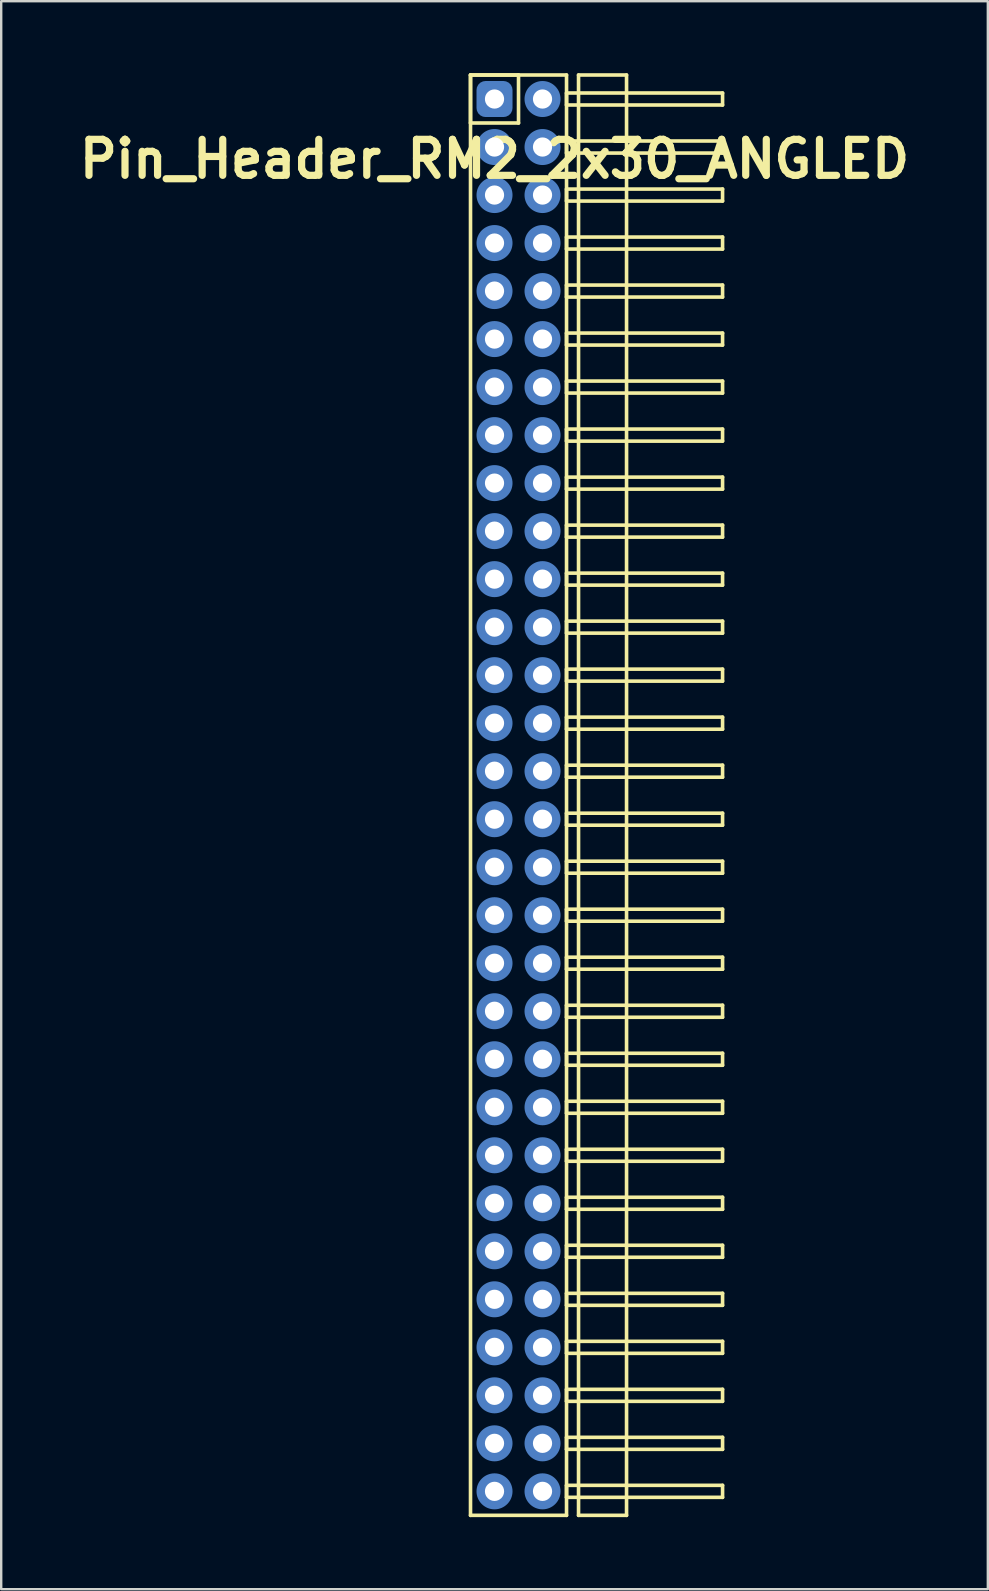
<source format=kicad_pcb>
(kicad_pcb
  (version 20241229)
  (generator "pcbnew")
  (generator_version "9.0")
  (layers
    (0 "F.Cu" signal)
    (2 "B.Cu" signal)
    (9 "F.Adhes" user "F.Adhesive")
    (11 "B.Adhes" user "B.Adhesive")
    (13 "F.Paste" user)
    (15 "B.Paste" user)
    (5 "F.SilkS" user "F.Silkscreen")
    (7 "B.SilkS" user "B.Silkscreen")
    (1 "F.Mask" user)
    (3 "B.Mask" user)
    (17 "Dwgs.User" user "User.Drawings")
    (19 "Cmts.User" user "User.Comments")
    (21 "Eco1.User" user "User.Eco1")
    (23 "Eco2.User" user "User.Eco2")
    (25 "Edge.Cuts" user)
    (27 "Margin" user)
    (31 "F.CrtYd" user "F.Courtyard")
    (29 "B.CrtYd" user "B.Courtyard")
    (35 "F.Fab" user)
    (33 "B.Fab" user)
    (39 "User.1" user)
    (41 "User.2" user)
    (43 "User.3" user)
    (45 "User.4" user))
  (footprint "Pin_Header_RM2_2x30_ANGLED"
    (layer "F.Cu")
    (at 17.55 1.075)
    (property "Reference" "Pin_Header_RM2_2x30_ANGLED" (at 0 2.5 0) (layer "F.SilkS") (effects (font (size 1.5 1.5) (thickness 0.3))))
    (attr through_hole)
    (fp_line (start -1 -1) (end 1 -1) (stroke (width 0.15) (type solid)) (layer "F.SilkS"))
    (fp_line (start -1 -1) (end 3 -1) (stroke (width 0.15) (type solid)) (layer "F.SilkS"))
    (fp_line (start -1 1) (end -1 -1) (stroke (width 0.15) (type solid)) (layer "F.SilkS"))
    (fp_line (start -1 59) (end -1 -1) (stroke (width 0.15) (type solid)) (layer "F.SilkS"))
    (fp_line (start 1 -1) (end 1 1) (stroke (width 0.15) (type solid)) (layer "F.SilkS"))
    (fp_line (start 1 1) (end -1 1) (stroke (width 0.15) (type solid)) (layer "F.SilkS"))
    (fp_line (start 3 -1) (end 3 59) (stroke (width 0.15) (type solid)) (layer "F.SilkS"))
    (fp_line (start 3 -0.25) (end 9.5 -0.25) (stroke (width 0.15) (type solid)) (layer "F.SilkS"))
    (fp_line (start 3 0.25) (end 3 -0.25) (stroke (width 0.15) (type solid)) (layer "F.SilkS"))
    (fp_line (start 3 1.75) (end 9.5 1.75) (stroke (width 0.15) (type solid)) (layer "F.SilkS"))
    (fp_line (start 3 2.25) (end 3 1.75) (stroke (width 0.15) (type solid)) (layer "F.SilkS"))
    (fp_line (start 3 3.75) (end 9.5 3.75) (stroke (width 0.15) (type solid)) (layer "F.SilkS"))
    (fp_line (start 3 4.25) (end 3 3.75) (stroke (width 0.15) (type solid)) (layer "F.SilkS"))
    (fp_line (start 3 5.75) (end 9.5 5.75) (stroke (width 0.15) (type solid)) (layer "F.SilkS"))
    (fp_line (start 3 6.25) (end 3 5.75) (stroke (width 0.15) (type solid)) (layer "F.SilkS"))
    (fp_line (start 3 7.75) (end 9.5 7.75) (stroke (width 0.15) (type solid)) (layer "F.SilkS"))
    (fp_line (start 3 8.25) (end 3 7.75) (stroke (width 0.15) (type solid)) (layer "F.SilkS"))
    (fp_line (start 3 9.75) (end 9.5 9.75) (stroke (width 0.15) (type solid)) (layer "F.SilkS"))
    (fp_line (start 3 10.25) (end 3 9.75) (stroke (width 0.15) (type solid)) (layer "F.SilkS"))
    (fp_line (start 3 11.75) (end 9.5 11.75) (stroke (width 0.15) (type solid)) (layer "F.SilkS"))
    (fp_line (start 3 12.25) (end 3 11.75) (stroke (width 0.15) (type solid)) (layer "F.SilkS"))
    (fp_line (start 3 13.75) (end 9.5 13.75) (stroke (width 0.15) (type solid)) (layer "F.SilkS"))
    (fp_line (start 3 14.25) (end 3 13.75) (stroke (width 0.15) (type solid)) (layer "F.SilkS"))
    (fp_line (start 3 15.75) (end 9.5 15.75) (stroke (width 0.15) (type solid)) (layer "F.SilkS"))
    (fp_line (start 3 16.25) (end 3 15.75) (stroke (width 0.15) (type solid)) (layer "F.SilkS"))
    (fp_line (start 3 17.75) (end 9.5 17.75) (stroke (width 0.15) (type solid)) (layer "F.SilkS"))
    (fp_line (start 3 18.25) (end 3 17.75) (stroke (width 0.15) (type solid)) (layer "F.SilkS"))
    (fp_line (start 3 19.75) (end 9.5 19.75) (stroke (width 0.15) (type solid)) (layer "F.SilkS"))
    (fp_line (start 3 20.25) (end 3 19.75) (stroke (width 0.15) (type solid)) (layer "F.SilkS"))
    (fp_line (start 3 21.75) (end 9.5 21.75) (stroke (width 0.15) (type solid)) (layer "F.SilkS"))
    (fp_line (start 3 22.25) (end 3 21.75) (stroke (width 0.15) (type solid)) (layer "F.SilkS"))
    (fp_line (start 3 23.75) (end 9.5 23.75) (stroke (width 0.15) (type solid)) (layer "F.SilkS"))
    (fp_line (start 3 24.25) (end 3 23.75) (stroke (width 0.15) (type solid)) (layer "F.SilkS"))
    (fp_line (start 3 25.75) (end 9.5 25.75) (stroke (width 0.15) (type solid)) (layer "F.SilkS"))
    (fp_line (start 3 26.25) (end 3 25.75) (stroke (width 0.15) (type solid)) (layer "F.SilkS"))
    (fp_line (start 3 27.75) (end 9.5 27.75) (stroke (width 0.15) (type solid)) (layer "F.SilkS"))
    (fp_line (start 3 28.25) (end 3 27.75) (stroke (width 0.15) (type solid)) (layer "F.SilkS"))
    (fp_line (start 3 29.75) (end 9.5 29.75) (stroke (width 0.15) (type solid)) (layer "F.SilkS"))
    (fp_line (start 3 30.25) (end 3 29.75) (stroke (width 0.15) (type solid)) (layer "F.SilkS"))
    (fp_line (start 3 31.75) (end 9.5 31.75) (stroke (width 0.15) (type solid)) (layer "F.SilkS"))
    (fp_line (start 3 32.25) (end 3 31.75) (stroke (width 0.15) (type solid)) (layer "F.SilkS"))
    (fp_line (start 3 33.75) (end 9.5 33.75) (stroke (width 0.15) (type solid)) (layer "F.SilkS"))
    (fp_line (start 3 34.25) (end 3 33.75) (stroke (width 0.15) (type solid)) (layer "F.SilkS"))
    (fp_line (start 3 35.75) (end 9.5 35.75) (stroke (width 0.15) (type solid)) (layer "F.SilkS"))
    (fp_line (start 3 36.25) (end 3 35.75) (stroke (width 0.15) (type solid)) (layer "F.SilkS"))
    (fp_line (start 3 37.75) (end 9.5 37.75) (stroke (width 0.15) (type solid)) (layer "F.SilkS"))
    (fp_line (start 3 38.25) (end 3 37.75) (stroke (width 0.15) (type solid)) (layer "F.SilkS"))
    (fp_line (start 3 39.75) (end 9.5 39.75) (stroke (width 0.15) (type solid)) (layer "F.SilkS"))
    (fp_line (start 3 40.25) (end 3 39.75) (stroke (width 0.15) (type solid)) (layer "F.SilkS"))
    (fp_line (start 3 41.75) (end 9.5 41.75) (stroke (width 0.15) (type solid)) (layer "F.SilkS"))
    (fp_line (start 3 42.25) (end 3 41.75) (stroke (width 0.15) (type solid)) (layer "F.SilkS"))
    (fp_line (start 3 43.75) (end 9.5 43.75) (stroke (width 0.15) (type solid)) (layer "F.SilkS"))
    (fp_line (start 3 44.25) (end 3 43.75) (stroke (width 0.15) (type solid)) (layer "F.SilkS"))
    (fp_line (start 3 45.75) (end 9.5 45.75) (stroke (width 0.15) (type solid)) (layer "F.SilkS"))
    (fp_line (start 3 46.25) (end 3 45.75) (stroke (width 0.15) (type solid)) (layer "F.SilkS"))
    (fp_line (start 3 47.75) (end 9.5 47.75) (stroke (width 0.15) (type solid)) (layer "F.SilkS"))
    (fp_line (start 3 48.25) (end 3 47.75) (stroke (width 0.15) (type solid)) (layer "F.SilkS"))
    (fp_line (start 3 49.75) (end 9.5 49.75) (stroke (width 0.15) (type solid)) (layer "F.SilkS"))
    (fp_line (start 3 50.25) (end 3 49.75) (stroke (width 0.15) (type solid)) (layer "F.SilkS"))
    (fp_line (start 3 51.75) (end 9.5 51.75) (stroke (width 0.15) (type solid)) (layer "F.SilkS"))
    (fp_line (start 3 52.25) (end 3 51.75) (stroke (width 0.15) (type solid)) (layer "F.SilkS"))
    (fp_line (start 3 53.75) (end 9.5 53.75) (stroke (width 0.15) (type solid)) (layer "F.SilkS"))
    (fp_line (start 3 54.25) (end 3 53.75) (stroke (width 0.15) (type solid)) (layer "F.SilkS"))
    (fp_line (start 3 55.75) (end 9.5 55.75) (stroke (width 0.15) (type solid)) (layer "F.SilkS"))
    (fp_line (start 3 56.25) (end 3 55.75) (stroke (width 0.15) (type solid)) (layer "F.SilkS"))
    (fp_line (start 3 57.75) (end 9.5 57.75) (stroke (width 0.15) (type solid)) (layer "F.SilkS"))
    (fp_line (start 3 58.25) (end 3 57.75) (stroke (width 0.15) (type solid)) (layer "F.SilkS"))
    (fp_line (start 3 59) (end -1 59) (stroke (width 0.15) (type solid)) (layer "F.SilkS"))
    (fp_line (start 3.5 -1) (end 5.5 -1) (stroke (width 0.15) (type solid)) (layer "F.SilkS"))
    (fp_line (start 3.5 59) (end 3.5 -1) (stroke (width 0.15) (type solid)) (layer "F.SilkS"))
    (fp_line (start 5.5 -1) (end 5.5 59) (stroke (width 0.15) (type solid)) (layer "F.SilkS"))
    (fp_line (start 5.5 59) (end 3.5 59) (stroke (width 0.15) (type solid)) (layer "F.SilkS"))
    (fp_line (start 9.5 -0.25) (end 9.5 0.25) (stroke (width 0.15) (type solid)) (layer "F.SilkS"))
    (fp_line (start 9.5 0.25) (end 3 0.25) (stroke (width 0.15) (type solid)) (layer "F.SilkS"))
    (fp_line (start 9.5 1.75) (end 9.5 2.25) (stroke (width 0.15) (type solid)) (layer "F.SilkS"))
    (fp_line (start 9.5 2.25) (end 3 2.25) (stroke (width 0.15) (type solid)) (layer "F.SilkS"))
    (fp_line (start 9.5 3.75) (end 9.5 4.25) (stroke (width 0.15) (type solid)) (layer "F.SilkS"))
    (fp_line (start 9.5 4.25) (end 3 4.25) (stroke (width 0.15) (type solid)) (layer "F.SilkS"))
    (fp_line (start 9.5 5.75) (end 9.5 6.25) (stroke (width 0.15) (type solid)) (layer "F.SilkS"))
    (fp_line (start 9.5 6.25) (end 3 6.25) (stroke (width 0.15) (type solid)) (layer "F.SilkS"))
    (fp_line (start 9.5 7.75) (end 9.5 8.25) (stroke (width 0.15) (type solid)) (layer "F.SilkS"))
    (fp_line (start 9.5 8.25) (end 3 8.25) (stroke (width 0.15) (type solid)) (layer "F.SilkS"))
    (fp_line (start 9.5 9.75) (end 9.5 10.25) (stroke (width 0.15) (type solid)) (layer "F.SilkS"))
    (fp_line (start 9.5 10.25) (end 3 10.25) (stroke (width 0.15) (type solid)) (layer "F.SilkS"))
    (fp_line (start 9.5 11.75) (end 9.5 12.25) (stroke (width 0.15) (type solid)) (layer "F.SilkS"))
    (fp_line (start 9.5 12.25) (end 3 12.25) (stroke (width 0.15) (type solid)) (layer "F.SilkS"))
    (fp_line (start 9.5 13.75) (end 9.5 14.25) (stroke (width 0.15) (type solid)) (layer "F.SilkS"))
    (fp_line (start 9.5 14.25) (end 3 14.25) (stroke (width 0.15) (type solid)) (layer "F.SilkS"))
    (fp_line (start 9.5 15.75) (end 9.5 16.25) (stroke (width 0.15) (type solid)) (layer "F.SilkS"))
    (fp_line (start 9.5 16.25) (end 3 16.25) (stroke (width 0.15) (type solid)) (layer "F.SilkS"))
    (fp_line (start 9.5 17.75) (end 9.5 18.25) (stroke (width 0.15) (type solid)) (layer "F.SilkS"))
    (fp_line (start 9.5 18.25) (end 3 18.25) (stroke (width 0.15) (type solid)) (layer "F.SilkS"))
    (fp_line (start 9.5 19.75) (end 9.5 20.25) (stroke (width 0.15) (type solid)) (layer "F.SilkS"))
    (fp_line (start 9.5 20.25) (end 3 20.25) (stroke (width 0.15) (type solid)) (layer "F.SilkS"))
    (fp_line (start 9.5 21.75) (end 9.5 22.25) (stroke (width 0.15) (type solid)) (layer "F.SilkS"))
    (fp_line (start 9.5 22.25) (end 3 22.25) (stroke (width 0.15) (type solid)) (layer "F.SilkS"))
    (fp_line (start 9.5 23.75) (end 9.5 24.25) (stroke (width 0.15) (type solid)) (layer "F.SilkS"))
    (fp_line (start 9.5 24.25) (end 3 24.25) (stroke (width 0.15) (type solid)) (layer "F.SilkS"))
    (fp_line (start 9.5 25.75) (end 9.5 26.25) (stroke (width 0.15) (type solid)) (layer "F.SilkS"))
    (fp_line (start 9.5 26.25) (end 3 26.25) (stroke (width 0.15) (type solid)) (layer "F.SilkS"))
    (fp_line (start 9.5 27.75) (end 9.5 28.25) (stroke (width 0.15) (type solid)) (layer "F.SilkS"))
    (fp_line (start 9.5 28.25) (end 3 28.25) (stroke (width 0.15) (type solid)) (layer "F.SilkS"))
    (fp_line (start 9.5 29.75) (end 9.5 30.25) (stroke (width 0.15) (type solid)) (layer "F.SilkS"))
    (fp_line (start 9.5 30.25) (end 3 30.25) (stroke (width 0.15) (type solid)) (layer "F.SilkS"))
    (fp_line (start 9.5 31.75) (end 9.5 32.25) (stroke (width 0.15) (type solid)) (layer "F.SilkS"))
    (fp_line (start 9.5 32.25) (end 3 32.25) (stroke (width 0.15) (type solid)) (layer "F.SilkS"))
    (fp_line (start 9.5 33.75) (end 9.5 34.25) (stroke (width 0.15) (type solid)) (layer "F.SilkS"))
    (fp_line (start 9.5 34.25) (end 3 34.25) (stroke (width 0.15) (type solid)) (layer "F.SilkS"))
    (fp_line (start 9.5 35.75) (end 9.5 36.25) (stroke (width 0.15) (type solid)) (layer "F.SilkS"))
    (fp_line (start 9.5 36.25) (end 3 36.25) (stroke (width 0.15) (type solid)) (layer "F.SilkS"))
    (fp_line (start 9.5 37.75) (end 9.5 38.25) (stroke (width 0.15) (type solid)) (layer "F.SilkS"))
    (fp_line (start 9.5 38.25) (end 3 38.25) (stroke (width 0.15) (type solid)) (layer "F.SilkS"))
    (fp_line (start 9.5 39.75) (end 9.5 40.25) (stroke (width 0.15) (type solid)) (layer "F.SilkS"))
    (fp_line (start 9.5 40.25) (end 3 40.25) (stroke (width 0.15) (type solid)) (layer "F.SilkS"))
    (fp_line (start 9.5 41.75) (end 9.5 42.25) (stroke (width 0.15) (type solid)) (layer "F.SilkS"))
    (fp_line (start 9.5 42.25) (end 3 42.25) (stroke (width 0.15) (type solid)) (layer "F.SilkS"))
    (fp_line (start 9.5 43.75) (end 9.5 44.25) (stroke (width 0.15) (type solid)) (layer "F.SilkS"))
    (fp_line (start 9.5 44.25) (end 3 44.25) (stroke (width 0.15) (type solid)) (layer "F.SilkS"))
    (fp_line (start 9.5 45.75) (end 9.5 46.25) (stroke (width 0.15) (type solid)) (layer "F.SilkS"))
    (fp_line (start 9.5 46.25) (end 3 46.25) (stroke (width 0.15) (type solid)) (layer "F.SilkS"))
    (fp_line (start 9.5 47.75) (end 9.5 48.25) (stroke (width 0.15) (type solid)) (layer "F.SilkS"))
    (fp_line (start 9.5 48.25) (end 3 48.25) (stroke (width 0.15) (type solid)) (layer "F.SilkS"))
    (fp_line (start 9.5 49.75) (end 9.5 50.25) (stroke (width 0.15) (type solid)) (layer "F.SilkS"))
    (fp_line (start 9.5 50.25) (end 3 50.25) (stroke (width 0.15) (type solid)) (layer "F.SilkS"))
    (fp_line (start 9.5 51.75) (end 9.5 52.25) (stroke (width 0.15) (type solid)) (layer "F.SilkS"))
    (fp_line (start 9.5 52.25) (end 3 52.25) (stroke (width 0.15) (type solid)) (layer "F.SilkS"))
    (fp_line (start 9.5 53.75) (end 9.5 54.25) (stroke (width 0.15) (type solid)) (layer "F.SilkS"))
    (fp_line (start 9.5 54.25) (end 3 54.25) (stroke (width 0.15) (type solid)) (layer "F.SilkS"))
    (fp_line (start 9.5 55.75) (end 9.5 56.25) (stroke (width 0.15) (type solid)) (layer "F.SilkS"))
    (fp_line (start 9.5 56.25) (end 3 56.25) (stroke (width 0.15) (type solid)) (layer "F.SilkS"))
    (fp_line (start 9.5 57.75) (end 9.5 58.25) (stroke (width 0.15) (type solid)) (layer "F.SilkS"))
    (fp_line (start 9.5 58.25) (end 3 58.25) (stroke (width 0.15) (type solid)) (layer "F.SilkS"))
    (pad "1" thru_hole circle (at 0 0) (size 1.1 1.1) (drill 0.8) (layers "*.Cu" "*.Mask"))
    (pad "1" smd roundrect (at 0 0) (size 1.25 1.25) (layers "F.Cu" "F.Mask") (roundrect_rratio 0.25))
    (pad "1" smd roundrect (at 0 0) (size 1.5 1.5) (layers "B.Cu" "B.Mask") (roundrect_rratio 0.25))
    (pad "2" thru_hole circle (at 2 0) (size 1.1 1.1) (drill 0.8) (layers "*.Cu" "*.Mask"))
    (pad "2" smd circle (at 2 0) (size 1.25 1.25) (layers "F.Cu" "F.Mask"))
    (pad "2" smd circle (at 2 0) (size 1.5 1.5) (layers "B.Cu" "B.Mask"))
    (pad "3" thru_hole circle (at 0 2) (size 1.1 1.1) (drill 0.8) (layers "*.Cu" "*.Mask"))
    (pad "3" smd circle (at 0 2) (size 1.25 1.25) (layers "F.Cu" "F.Mask"))
    (pad "3" smd circle (at 0 2) (size 1.5 1.5) (layers "B.Cu" "B.Mask"))
    (pad "4" thru_hole circle (at 2 2) (size 1.1 1.1) (drill 0.8) (layers "*.Cu" "*.Mask"))
    (pad "4" smd circle (at 2 2) (size 1.25 1.25) (layers "F.Cu" "F.Mask"))
    (pad "4" smd circle (at 2 2) (size 1.5 1.5) (layers "B.Cu" "B.Mask"))
    (pad "5" thru_hole circle (at 0 4) (size 1.1 1.1) (drill 0.8) (layers "*.Cu" "*.Mask"))
    (pad "5" smd circle (at 0 4) (size 1.25 1.25) (layers "F.Cu" "F.Mask"))
    (pad "5" smd circle (at 0 4) (size 1.5 1.5) (layers "B.Cu" "B.Mask"))
    (pad "6" thru_hole circle (at 2 4) (size 1.1 1.1) (drill 0.8) (layers "*.Cu" "*.Mask"))
    (pad "6" smd circle (at 2 4) (size 1.25 1.25) (layers "F.Cu" "F.Mask"))
    (pad "6" smd circle (at 2 4) (size 1.5 1.5) (layers "B.Cu" "B.Mask"))
    (pad "7" thru_hole circle (at 0 6) (size 1.1 1.1) (drill 0.8) (layers "*.Cu" "*.Mask"))
    (pad "7" smd circle (at 0 6) (size 1.25 1.25) (layers "F.Cu" "F.Mask"))
    (pad "7" smd circle (at 0 6) (size 1.5 1.5) (layers "B.Cu" "B.Mask"))
    (pad "8" thru_hole circle (at 2 6) (size 1.1 1.1) (drill 0.8) (layers "*.Cu" "*.Mask"))
    (pad "8" smd circle (at 2 6) (size 1.25 1.25) (layers "F.Cu" "F.Mask"))
    (pad "8" smd circle (at 2 6) (size 1.5 1.5) (layers "B.Cu" "B.Mask"))
    (pad "9" thru_hole circle (at 0 8) (size 1.1 1.1) (drill 0.8) (layers "*.Cu" "*.Mask"))
    (pad "9" smd circle (at 0 8) (size 1.25 1.25) (layers "F.Cu" "F.Mask"))
    (pad "9" smd circle (at 0 8) (size 1.5 1.5) (layers "B.Cu" "B.Mask"))
    (pad "10" thru_hole circle (at 2 8) (size 1.1 1.1) (drill 0.8) (layers "*.Cu" "*.Mask"))
    (pad "10" smd circle (at 2 8) (size 1.25 1.25) (layers "F.Cu" "F.Mask"))
    (pad "10" smd circle (at 2 8) (size 1.5 1.5) (layers "B.Cu" "B.Mask"))
    (pad "11" thru_hole circle (at 0 10) (size 1.1 1.1) (drill 0.8) (layers "*.Cu" "*.Mask"))
    (pad "11" smd circle (at 0 10) (size 1.25 1.25) (layers "F.Cu" "F.Mask"))
    (pad "11" smd circle (at 0 10) (size 1.5 1.5) (layers "B.Cu" "B.Mask"))
    (pad "12" thru_hole circle (at 2 10) (size 1.1 1.1) (drill 0.8) (layers "*.Cu" "*.Mask"))
    (pad "12" smd circle (at 2 10) (size 1.25 1.25) (layers "F.Cu" "F.Mask"))
    (pad "12" smd circle (at 2 10) (size 1.5 1.5) (layers "B.Cu" "B.Mask"))
    (pad "13" thru_hole circle (at 0 12) (size 1.1 1.1) (drill 0.8) (layers "*.Cu" "*.Mask"))
    (pad "13" smd circle (at 0 12) (size 1.25 1.25) (layers "F.Cu" "F.Mask"))
    (pad "13" smd circle (at 0 12) (size 1.5 1.5) (layers "B.Cu" "B.Mask"))
    (pad "14" thru_hole circle (at 2 12) (size 1.1 1.1) (drill 0.8) (layers "*.Cu" "*.Mask"))
    (pad "14" smd circle (at 2 12) (size 1.25 1.25) (layers "F.Cu" "F.Mask"))
    (pad "14" smd circle (at 2 12) (size 1.5 1.5) (layers "B.Cu" "B.Mask"))
    (pad "15" thru_hole circle (at 0 14) (size 1.1 1.1) (drill 0.8) (layers "*.Cu" "*.Mask"))
    (pad "15" smd circle (at 0 14) (size 1.25 1.25) (layers "F.Cu" "F.Mask"))
    (pad "15" smd circle (at 0 14) (size 1.5 1.5) (layers "B.Cu" "B.Mask"))
    (pad "16" thru_hole circle (at 2 14) (size 1.1 1.1) (drill 0.8) (layers "*.Cu" "*.Mask"))
    (pad "16" smd circle (at 2 14) (size 1.25 1.25) (layers "F.Cu" "F.Mask"))
    (pad "16" smd circle (at 2 14) (size 1.5 1.5) (layers "B.Cu" "B.Mask"))
    (pad "17" thru_hole circle (at 0 16) (size 1.1 1.1) (drill 0.8) (layers "*.Cu" "*.Mask"))
    (pad "17" smd circle (at 0 16) (size 1.25 1.25) (layers "F.Cu" "F.Mask"))
    (pad "17" smd circle (at 0 16) (size 1.5 1.5) (layers "B.Cu" "B.Mask"))
    (pad "18" thru_hole circle (at 2 16) (size 1.1 1.1) (drill 0.8) (layers "*.Cu" "*.Mask"))
    (pad "18" smd circle (at 2 16) (size 1.25 1.25) (layers "F.Cu" "F.Mask"))
    (pad "18" smd circle (at 2 16) (size 1.5 1.5) (layers "B.Cu" "B.Mask"))
    (pad "19" thru_hole circle (at 0 18) (size 1.1 1.1) (drill 0.8) (layers "*.Cu" "*.Mask"))
    (pad "19" smd circle (at 0 18) (size 1.25 1.25) (layers "F.Cu" "F.Mask"))
    (pad "19" smd circle (at 0 18) (size 1.5 1.5) (layers "B.Cu" "B.Mask"))
    (pad "20" thru_hole circle (at 2 18) (size 1.1 1.1) (drill 0.8) (layers "*.Cu" "*.Mask"))
    (pad "20" smd circle (at 2 18) (size 1.25 1.25) (layers "F.Cu" "F.Mask"))
    (pad "20" smd circle (at 2 18) (size 1.5 1.5) (layers "B.Cu" "B.Mask"))
    (pad "21" thru_hole circle (at 0 20) (size 1.1 1.1) (drill 0.8) (layers "*.Cu" "*.Mask"))
    (pad "21" smd circle (at 0 20) (size 1.25 1.25) (layers "F.Cu" "F.Mask"))
    (pad "21" smd circle (at 0 20) (size 1.5 1.5) (layers "B.Cu" "B.Mask"))
    (pad "22" thru_hole circle (at 2 20) (size 1.1 1.1) (drill 0.8) (layers "*.Cu" "*.Mask"))
    (pad "22" smd circle (at 2 20) (size 1.25 1.25) (layers "F.Cu" "F.Mask"))
    (pad "22" smd circle (at 2 20) (size 1.5 1.5) (layers "B.Cu" "B.Mask"))
    (pad "23" thru_hole circle (at 0 22) (size 1.1 1.1) (drill 0.8) (layers "*.Cu" "*.Mask"))
    (pad "23" smd circle (at 0 22) (size 1.25 1.25) (layers "F.Cu" "F.Mask"))
    (pad "23" smd circle (at 0 22) (size 1.5 1.5) (layers "B.Cu" "B.Mask"))
    (pad "24" thru_hole circle (at 2 22) (size 1.1 1.1) (drill 0.8) (layers "*.Cu" "*.Mask"))
    (pad "24" smd circle (at 2 22) (size 1.25 1.25) (layers "F.Cu" "F.Mask"))
    (pad "24" smd circle (at 2 22) (size 1.5 1.5) (layers "B.Cu" "B.Mask"))
    (pad "25" thru_hole circle (at 0 24) (size 1.1 1.1) (drill 0.8) (layers "*.Cu" "*.Mask"))
    (pad "25" smd circle (at 0 24) (size 1.25 1.25) (layers "F.Cu" "F.Mask"))
    (pad "25" smd circle (at 0 24) (size 1.5 1.5) (layers "B.Cu" "B.Mask"))
    (pad "26" thru_hole circle (at 2 24) (size 1.1 1.1) (drill 0.8) (layers "*.Cu" "*.Mask"))
    (pad "26" smd circle (at 2 24) (size 1.25 1.25) (layers "F.Cu" "F.Mask"))
    (pad "26" smd circle (at 2 24) (size 1.5 1.5) (layers "B.Cu" "B.Mask"))
    (pad "27" thru_hole circle (at 0 26) (size 1.1 1.1) (drill 0.8) (layers "*.Cu" "*.Mask"))
    (pad "27" smd circle (at 0 26) (size 1.25 1.25) (layers "F.Cu" "F.Mask"))
    (pad "27" smd circle (at 0 26) (size 1.5 1.5) (layers "B.Cu" "B.Mask"))
    (pad "28" thru_hole circle (at 2 26) (size 1.1 1.1) (drill 0.8) (layers "*.Cu" "*.Mask"))
    (pad "28" smd circle (at 2 26) (size 1.25 1.25) (layers "F.Cu" "F.Mask"))
    (pad "28" smd circle (at 2 26) (size 1.5 1.5) (layers "B.Cu" "B.Mask"))
    (pad "29" thru_hole circle (at 0 28) (size 1.1 1.1) (drill 0.8) (layers "*.Cu" "*.Mask"))
    (pad "29" smd circle (at 0 28) (size 1.25 1.25) (layers "F.Cu" "F.Mask"))
    (pad "29" smd circle (at 0 28) (size 1.5 1.5) (layers "B.Cu" "B.Mask"))
    (pad "30" thru_hole circle (at 2 28) (size 1.1 1.1) (drill 0.8) (layers "*.Cu" "*.Mask"))
    (pad "30" smd circle (at 2 28) (size 1.25 1.25) (layers "F.Cu" "F.Mask"))
    (pad "30" smd circle (at 2 28) (size 1.5 1.5) (layers "B.Cu" "B.Mask"))
    (pad "31" thru_hole circle (at 0 30) (size 1.1 1.1) (drill 0.8) (layers "*.Cu" "*.Mask"))
    (pad "31" smd circle (at 0 30) (size 1.25 1.25) (layers "F.Cu" "F.Mask"))
    (pad "31" smd circle (at 0 30) (size 1.5 1.5) (layers "B.Cu" "B.Mask"))
    (pad "32" thru_hole circle (at 2 30) (size 1.1 1.1) (drill 0.8) (layers "*.Cu" "*.Mask"))
    (pad "32" smd circle (at 2 30) (size 1.25 1.25) (layers "F.Cu" "F.Mask"))
    (pad "32" smd circle (at 2 30) (size 1.5 1.5) (layers "B.Cu" "B.Mask"))
    (pad "33" thru_hole circle (at 0 32) (size 1.1 1.1) (drill 0.8) (layers "*.Cu" "*.Mask"))
    (pad "33" smd circle (at 0 32) (size 1.25 1.25) (layers "F.Cu" "F.Mask"))
    (pad "33" smd circle (at 0 32) (size 1.5 1.5) (layers "B.Cu" "B.Mask"))
    (pad "34" thru_hole circle (at 2 32) (size 1.1 1.1) (drill 0.8) (layers "*.Cu" "*.Mask"))
    (pad "34" smd circle (at 2 32) (size 1.25 1.25) (layers "F.Cu" "F.Mask"))
    (pad "34" smd circle (at 2 32) (size 1.5 1.5) (layers "B.Cu" "B.Mask"))
    (pad "35" thru_hole circle (at 0 34) (size 1.1 1.1) (drill 0.8) (layers "*.Cu" "*.Mask"))
    (pad "35" smd circle (at 0 34) (size 1.25 1.25) (layers "F.Cu" "F.Mask"))
    (pad "35" smd circle (at 0 34) (size 1.5 1.5) (layers "B.Cu" "B.Mask"))
    (pad "36" thru_hole circle (at 2 34) (size 1.1 1.1) (drill 0.8) (layers "*.Cu" "*.Mask"))
    (pad "36" smd circle (at 2 34) (size 1.25 1.25) (layers "F.Cu" "F.Mask"))
    (pad "36" smd circle (at 2 34) (size 1.5 1.5) (layers "B.Cu" "B.Mask"))
    (pad "37" thru_hole circle (at 0 36) (size 1.1 1.1) (drill 0.8) (layers "*.Cu" "*.Mask"))
    (pad "37" smd circle (at 0 36) (size 1.25 1.25) (layers "F.Cu" "F.Mask"))
    (pad "37" smd circle (at 0 36) (size 1.5 1.5) (layers "B.Cu" "B.Mask"))
    (pad "38" thru_hole circle (at 2 36) (size 1.1 1.1) (drill 0.8) (layers "*.Cu" "*.Mask"))
    (pad "38" smd circle (at 2 36) (size 1.25 1.25) (layers "F.Cu" "F.Mask"))
    (pad "38" smd circle (at 2 36) (size 1.5 1.5) (layers "B.Cu" "B.Mask"))
    (pad "39" thru_hole circle (at 0 38) (size 1.1 1.1) (drill 0.8) (layers "*.Cu" "*.Mask"))
    (pad "39" smd circle (at 0 38) (size 1.25 1.25) (layers "F.Cu" "F.Mask"))
    (pad "39" smd circle (at 0 38) (size 1.5 1.5) (layers "B.Cu" "B.Mask"))
    (pad "40" thru_hole circle (at 2 38) (size 1.1 1.1) (drill 0.8) (layers "*.Cu" "*.Mask"))
    (pad "40" smd circle (at 2 38) (size 1.25 1.25) (layers "F.Cu" "F.Mask"))
    (pad "40" smd circle (at 2 38) (size 1.5 1.5) (layers "B.Cu" "B.Mask"))
    (pad "41" thru_hole circle (at 0 40) (size 1.1 1.1) (drill 0.8) (layers "*.Cu" "*.Mask"))
    (pad "41" smd circle (at 0 40) (size 1.25 1.25) (layers "F.Cu" "F.Mask"))
    (pad "41" smd circle (at 0 40) (size 1.5 1.5) (layers "B.Cu" "B.Mask"))
    (pad "42" thru_hole circle (at 2 40) (size 1.1 1.1) (drill 0.8) (layers "*.Cu" "*.Mask"))
    (pad "42" smd circle (at 2 40) (size 1.25 1.25) (layers "F.Cu" "F.Mask"))
    (pad "42" smd circle (at 2 40) (size 1.5 1.5) (layers "B.Cu" "B.Mask"))
    (pad "43" thru_hole circle (at 0 42) (size 1.1 1.1) (drill 0.8) (layers "*.Cu" "*.Mask"))
    (pad "43" smd circle (at 0 42) (size 1.25 1.25) (layers "F.Cu" "F.Mask"))
    (pad "43" smd circle (at 0 42) (size 1.5 1.5) (layers "B.Cu" "B.Mask"))
    (pad "44" thru_hole circle (at 2 42) (size 1.1 1.1) (drill 0.8) (layers "*.Cu" "*.Mask"))
    (pad "44" smd circle (at 2 42) (size 1.25 1.25) (layers "F.Cu" "F.Mask"))
    (pad "44" smd circle (at 2 42) (size 1.5 1.5) (layers "B.Cu" "B.Mask"))
    (pad "45" thru_hole circle (at 0 44) (size 1.1 1.1) (drill 0.8) (layers "*.Cu" "*.Mask"))
    (pad "45" smd circle (at 0 44) (size 1.25 1.25) (layers "F.Cu" "F.Mask"))
    (pad "45" smd circle (at 0 44) (size 1.5 1.5) (layers "B.Cu" "B.Mask"))
    (pad "46" thru_hole circle (at 2 44) (size 1.1 1.1) (drill 0.8) (layers "*.Cu" "*.Mask"))
    (pad "46" smd circle (at 2 44) (size 1.25 1.25) (layers "F.Cu" "F.Mask"))
    (pad "46" smd circle (at 2 44) (size 1.5 1.5) (layers "B.Cu" "B.Mask"))
    (pad "47" thru_hole circle (at 0 46) (size 1.1 1.1) (drill 0.8) (layers "*.Cu" "*.Mask"))
    (pad "47" smd circle (at 0 46) (size 1.25 1.25) (layers "F.Cu" "F.Mask"))
    (pad "47" smd circle (at 0 46) (size 1.5 1.5) (layers "B.Cu" "B.Mask"))
    (pad "48" thru_hole circle (at 2 46) (size 1.1 1.1) (drill 0.8) (layers "*.Cu" "*.Mask"))
    (pad "48" smd circle (at 2 46) (size 1.25 1.25) (layers "F.Cu" "F.Mask"))
    (pad "48" smd circle (at 2 46) (size 1.5 1.5) (layers "B.Cu" "B.Mask"))
    (pad "49" thru_hole circle (at 0 48) (size 1.1 1.1) (drill 0.8) (layers "*.Cu" "*.Mask"))
    (pad "49" smd circle (at 0 48) (size 1.25 1.25) (layers "F.Cu" "F.Mask"))
    (pad "49" smd circle (at 0 48) (size 1.5 1.5) (layers "B.Cu" "B.Mask"))
    (pad "50" thru_hole circle (at 2 48) (size 1.1 1.1) (drill 0.8) (layers "*.Cu" "*.Mask"))
    (pad "50" smd circle (at 2 48) (size 1.25 1.25) (layers "F.Cu" "F.Mask"))
    (pad "50" smd circle (at 2 48) (size 1.5 1.5) (layers "B.Cu" "B.Mask"))
    (pad "51" thru_hole circle (at 0 50) (size 1.1 1.1) (drill 0.8) (layers "*.Cu" "*.Mask"))
    (pad "51" smd circle (at 0 50) (size 1.25 1.25) (layers "F.Cu" "F.Mask"))
    (pad "51" smd circle (at 0 50) (size 1.5 1.5) (layers "B.Cu" "B.Mask"))
    (pad "52" thru_hole circle (at 2 50) (size 1.1 1.1) (drill 0.8) (layers "*.Cu" "*.Mask"))
    (pad "52" smd circle (at 2 50) (size 1.25 1.25) (layers "F.Cu" "F.Mask"))
    (pad "52" smd circle (at 2 50) (size 1.5 1.5) (layers "B.Cu" "B.Mask"))
    (pad "53" thru_hole circle (at 0 52) (size 1.1 1.1) (drill 0.8) (layers "*.Cu" "*.Mask"))
    (pad "53" smd circle (at 0 52) (size 1.25 1.25) (layers "F.Cu" "F.Mask"))
    (pad "53" smd circle (at 0 52) (size 1.5 1.5) (layers "B.Cu" "B.Mask"))
    (pad "54" thru_hole circle (at 2 52) (size 1.1 1.1) (drill 0.8) (layers "*.Cu" "*.Mask"))
    (pad "54" smd circle (at 2 52) (size 1.25 1.25) (layers "F.Cu" "F.Mask"))
    (pad "54" smd circle (at 2 52) (size 1.5 1.5) (layers "B.Cu" "B.Mask"))
    (pad "55" thru_hole circle (at 0 54) (size 1.1 1.1) (drill 0.8) (layers "*.Cu" "*.Mask"))
    (pad "55" smd circle (at 0 54) (size 1.25 1.25) (layers "F.Cu" "F.Mask"))
    (pad "55" smd circle (at 0 54) (size 1.5 1.5) (layers "B.Cu" "B.Mask"))
    (pad "56" thru_hole circle (at 2 54) (size 1.1 1.1) (drill 0.8) (layers "*.Cu" "*.Mask"))
    (pad "56" smd circle (at 2 54) (size 1.25 1.25) (layers "F.Cu" "F.Mask"))
    (pad "56" smd circle (at 2 54) (size 1.5 1.5) (layers "B.Cu" "B.Mask"))
    (pad "57" thru_hole circle (at 0 56) (size 1.1 1.1) (drill 0.8) (layers "*.Cu" "*.Mask"))
    (pad "57" smd circle (at 0 56) (size 1.25 1.25) (layers "F.Cu" "F.Mask"))
    (pad "57" smd circle (at 0 56) (size 1.5 1.5) (layers "B.Cu" "B.Mask"))
    (pad "58" thru_hole circle (at 2 56) (size 1.1 1.1) (drill 0.8) (layers "*.Cu" "*.Mask"))
    (pad "58" smd circle (at 2 56) (size 1.25 1.25) (layers "F.Cu" "F.Mask"))
    (pad "58" smd circle (at 2 56) (size 1.5 1.5) (layers "B.Cu" "B.Mask"))
    (pad "59" thru_hole circle (at 0 58) (size 1.1 1.1) (drill 0.8) (layers "*.Cu" "*.Mask"))
    (pad "59" smd circle (at 0 58) (size 1.25 1.25) (layers "F.Cu" "F.Mask"))
    (pad "59" smd circle (at 0 58) (size 1.5 1.5) (layers "B.Cu" "B.Mask"))
    (pad "60" thru_hole circle (at 2 58) (size 1.1 1.1) (drill 0.8) (layers "*.Cu" "*.Mask"))
    (pad "60" smd circle (at 2 58) (size 1.25 1.25) (layers "F.Cu" "F.Mask"))
    (pad "60" smd circle (at 2 58) (size 1.5 1.5) (layers "B.Cu" "B.Mask")))
  (gr_rect
    (start -3 -3)
    (end 38.1 63.15)
    (stroke (width 0.1) (type default))
    (fill no)
    (layer "Edge.Cuts")))
</source>
